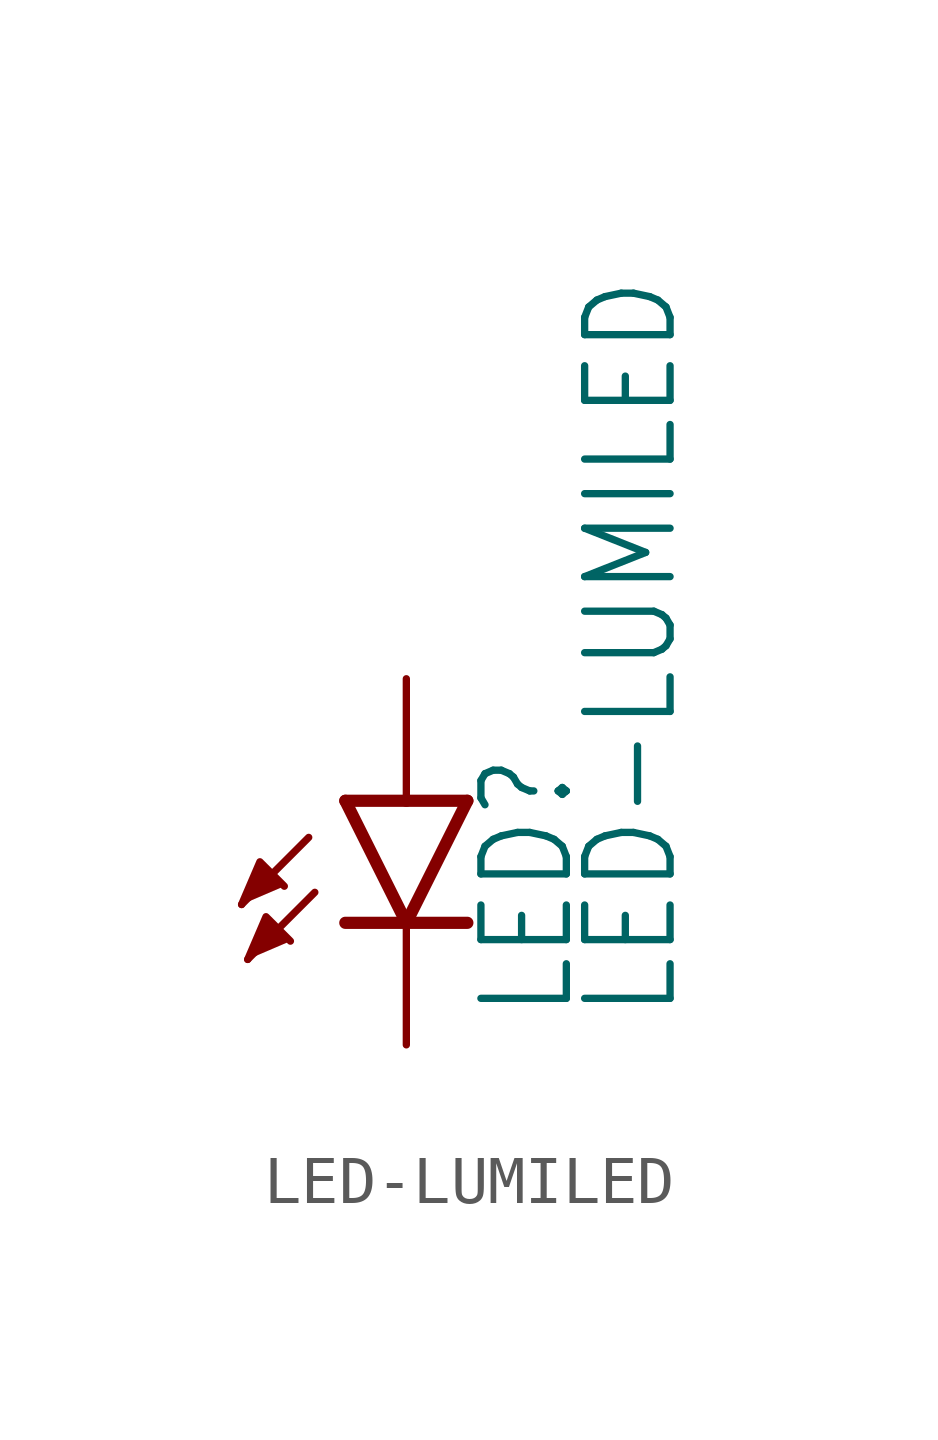
<source format=kicad_sym>
(kicad_symbol_lib
  (version 20211014)
  (generator kicad_symbol_editor)
  (symbol "LED-LUMILED"
    (property "Reference" "LED"
      (at 3.556 -4.572 90)
      (effects (font (size 1.778 1.511)) (justify left bottom)))
    (property "Value" "LED-LUMILED"
      (at 5.715 -4.572 90)
      (effects (font (size 1.778 1.511)) (justify left bottom)))
    (property "ki_locked" ""
      (at 0 0 0)
      (effects (font (size 1.27 1.27))))
    (symbol "LED-LUMILED_1_0"
      (polyline (pts (xy -2.032 -0.762) (xy -3.429 -2.159)) (stroke (width 0.152) (type default)) (fill (type none)))
      (polyline (pts (xy -1.905 -1.905) (xy -3.302 -3.302)) (stroke (width 0.152) (type default)) (fill (type none)))
      (polyline (pts (xy 0 -2.54) (xy -1.27 -2.54)) (stroke (width 0.254) (type default)) (fill (type none)))
      (polyline (pts (xy 0 -2.54) (xy -1.27 0)) (stroke (width 0.254) (type default)) (fill (type none)))
      (polyline (pts (xy 0 0) (xy -1.27 0)) (stroke (width 0.254) (type default)) (fill (type none)))
      (polyline (pts (xy 1.27 -2.54) (xy 0 -2.54)) (stroke (width 0.254) (type default)) (fill (type none)))
      (polyline (pts (xy 1.27 0) (xy 0 -2.54)) (stroke (width 0.254) (type default)) (fill (type none)))
      (polyline (pts (xy 1.27 0) (xy 0 0)) (stroke (width 0.254) (type default)) (fill (type none)))
      (polyline (pts (xy -3.429 -2.159) (xy -3.048 -1.27) (xy -2.54 -1.778)) (stroke (width 0) (type default)) (fill (type outline)))
      (polyline (pts (xy -3.302 -3.302) (xy -2.921 -2.413) (xy -2.413 -2.921)) (stroke (width 0) (type default)) (fill (type outline)))
      (pin passive line (at 0 2.54 270) (length 2.54) (name "A" (effects (font (size 0 0)))) (number "2+" (effects (font (size 0 0)))))
      (pin passive line (at 0 -5.08 90) (length 2.54) (name "C" (effects (font (size 0 0)))) (number "4-" (effects (font (size 0 0))))))))
</source>
